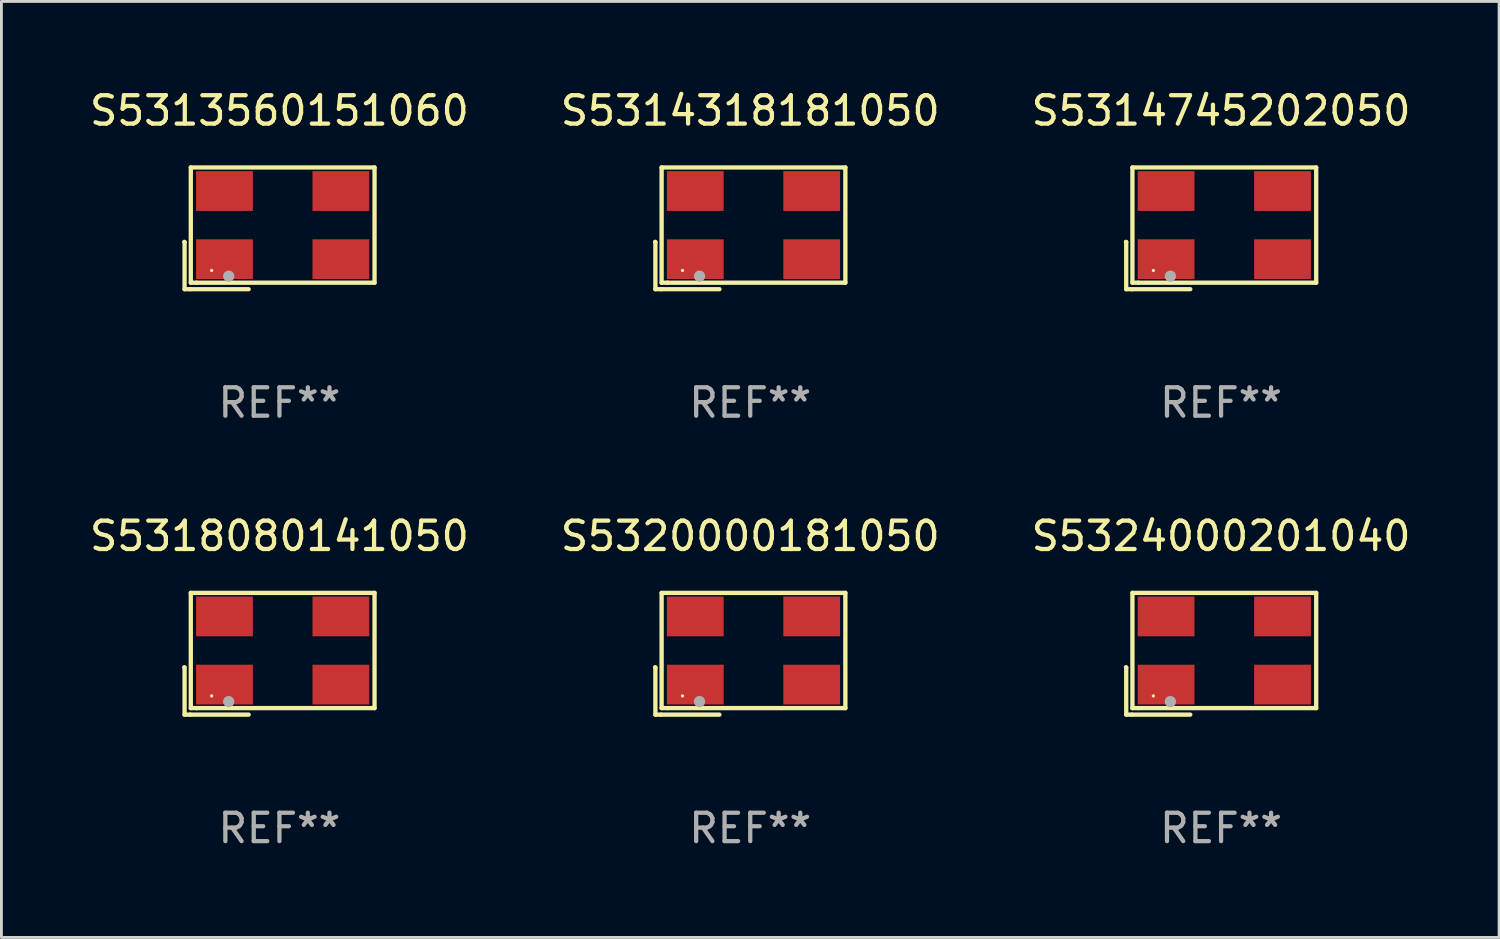
<source format=kicad_pcb>
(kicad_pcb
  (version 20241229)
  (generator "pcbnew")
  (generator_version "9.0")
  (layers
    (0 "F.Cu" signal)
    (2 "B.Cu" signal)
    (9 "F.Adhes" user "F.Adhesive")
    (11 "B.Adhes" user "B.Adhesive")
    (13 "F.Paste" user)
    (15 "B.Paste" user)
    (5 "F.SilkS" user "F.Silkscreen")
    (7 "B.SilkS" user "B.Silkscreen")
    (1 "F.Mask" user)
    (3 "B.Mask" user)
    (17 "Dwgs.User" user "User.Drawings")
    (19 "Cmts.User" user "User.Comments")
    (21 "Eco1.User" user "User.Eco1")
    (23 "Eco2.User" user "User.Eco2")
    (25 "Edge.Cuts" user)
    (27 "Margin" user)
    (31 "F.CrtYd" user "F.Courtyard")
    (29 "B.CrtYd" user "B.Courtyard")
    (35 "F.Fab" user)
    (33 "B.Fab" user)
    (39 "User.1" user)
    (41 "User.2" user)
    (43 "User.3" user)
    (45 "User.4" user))
  (footprint "S5313560151060"
    (layer "F.Cu")
    (at 6.792 4.992)
    (property "Reference" "S5313560151060" (at 0 -4.144 0) (layer "F.SilkS") (effects (font (size 1 1) (thickness 0.15))))
    (attr through_hole)
    (fp_line (start -3.35 0.476) (end -3.341 0.485) (stroke (width 0.152) (type solid)) (layer "F.SilkS"))
    (fp_line (start -3.341 0.485) (end -3.341 2.144) (stroke (width 0.152) (type solid)) (layer "F.SilkS"))
    (fp_line (start -3.341 2.144) (end -3.143 2.144) (stroke (width 0.152) (type solid)) (layer "F.SilkS"))
    (fp_line (start -3.143 2.144) (end -1.085 2.144) (stroke (width 0.152) (type solid)) (layer "F.SilkS"))
    (fp_line (start -3.122 -2.144) (end 3.35 -2.144) (stroke (width 0.152) (type solid)) (layer "F.SilkS"))
    (fp_line (start -3.122 1.915) (end -3.122 -2.144) (stroke (width 0.152) (type solid)) (layer "F.SilkS"))
    (fp_line (start -2.914 1.915) (end -3.122 1.915) (stroke (width 0.152) (type solid)) (layer "F.SilkS"))
    (fp_line (start 3.35 -2.144) (end 3.35 1.915) (stroke (width 0.152) (type solid)) (layer "F.SilkS"))
    (fp_line (start 3.35 1.915) (end -2.914 1.915) (stroke (width 0.152) (type solid)) (layer "F.SilkS"))
    (fp_circle (center -2.386 1.486) (end -2.356 1.486) (stroke (width 0.06) (type solid)) (fill no) (layer "F.SilkS"))
    (fp_circle (center -1.786 1.686) (end -1.686 1.686) (stroke (width 0.2) (type solid)) (fill no) (layer "F.Fab"))
    (fp_text user "REF**" (at 0 6.144 0) (layer "F.Fab") (effects (font (size 1 1) (thickness 0.15))))
    (pad "1" smd rect (at -1.936 1.086) (size 2 1.4) (layers "F.Cu" "F.Mask" "F.Paste"))
    (pad "2" smd rect (at 2.164 1.086) (size 2 1.4) (layers "F.Cu" "F.Mask" "F.Paste"))
    (pad "3" smd rect (at 2.164 -1.314) (size 2 1.4) (layers "F.Cu" "F.Mask" "F.Paste"))
    (pad "4" smd rect (at -1.936 -1.314) (size 2 1.4) (layers "F.Cu" "F.Mask" "F.Paste")))
  (footprint "S5314745202050"
    (layer "F.Cu")
    (at 39.958 4.992)
    (property "Reference" "S5314745202050" (at 0 -4.144 0) (layer "F.SilkS") (effects (font (size 1 1) (thickness 0.15))))
    (attr through_hole)
    (fp_line (start -3.35 0.476) (end -3.341 0.485) (stroke (width 0.152) (type solid)) (layer "F.SilkS"))
    (fp_line (start -3.341 0.485) (end -3.341 2.144) (stroke (width 0.152) (type solid)) (layer "F.SilkS"))
    (fp_line (start -3.341 2.144) (end -3.143 2.144) (stroke (width 0.152) (type solid)) (layer "F.SilkS"))
    (fp_line (start -3.143 2.144) (end -1.085 2.144) (stroke (width 0.152) (type solid)) (layer "F.SilkS"))
    (fp_line (start -3.122 -2.144) (end 3.35 -2.144) (stroke (width 0.152) (type solid)) (layer "F.SilkS"))
    (fp_line (start -3.122 1.915) (end -3.122 -2.144) (stroke (width 0.152) (type solid)) (layer "F.SilkS"))
    (fp_line (start -2.914 1.915) (end -3.122 1.915) (stroke (width 0.152) (type solid)) (layer "F.SilkS"))
    (fp_line (start 3.35 -2.144) (end 3.35 1.915) (stroke (width 0.152) (type solid)) (layer "F.SilkS"))
    (fp_line (start 3.35 1.915) (end -2.914 1.915) (stroke (width 0.152) (type solid)) (layer "F.SilkS"))
    (fp_circle (center -2.386 1.486) (end -2.356 1.486) (stroke (width 0.06) (type solid)) (fill no) (layer "F.SilkS"))
    (fp_circle (center -1.786 1.686) (end -1.686 1.686) (stroke (width 0.2) (type solid)) (fill no) (layer "F.Fab"))
    (fp_text user "REF**" (at 0 6.144 0) (layer "F.Fab") (effects (font (size 1 1) (thickness 0.15))))
    (pad "1" smd rect (at -1.936 1.086) (size 2 1.4) (layers "F.Cu" "F.Mask" "F.Paste"))
    (pad "2" smd rect (at 2.164 1.086) (size 2 1.4) (layers "F.Cu" "F.Mask" "F.Paste"))
    (pad "3" smd rect (at 2.164 -1.314) (size 2 1.4) (layers "F.Cu" "F.Mask" "F.Paste"))
    (pad "4" smd rect (at -1.936 -1.314) (size 2 1.4) (layers "F.Cu" "F.Mask" "F.Paste")))
  (footprint "S5320000181050"
    (layer "F.Cu")
    (at 23.375 19.976)
    (property "Reference" "S5320000181050" (at 0 -4.144 0) (layer "F.SilkS") (effects (font (size 1 1) (thickness 0.15))))
    (attr through_hole)
    (fp_line (start -3.35 0.476) (end -3.341 0.485) (stroke (width 0.152) (type solid)) (layer "F.SilkS"))
    (fp_line (start -3.341 0.485) (end -3.341 2.144) (stroke (width 0.152) (type solid)) (layer "F.SilkS"))
    (fp_line (start -3.341 2.144) (end -3.143 2.144) (stroke (width 0.152) (type solid)) (layer "F.SilkS"))
    (fp_line (start -3.143 2.144) (end -1.085 2.144) (stroke (width 0.152) (type solid)) (layer "F.SilkS"))
    (fp_line (start -3.122 -2.144) (end 3.35 -2.144) (stroke (width 0.152) (type solid)) (layer "F.SilkS"))
    (fp_line (start -3.122 1.915) (end -3.122 -2.144) (stroke (width 0.152) (type solid)) (layer "F.SilkS"))
    (fp_line (start -2.914 1.915) (end -3.122 1.915) (stroke (width 0.152) (type solid)) (layer "F.SilkS"))
    (fp_line (start 3.35 -2.144) (end 3.35 1.915) (stroke (width 0.152) (type solid)) (layer "F.SilkS"))
    (fp_line (start 3.35 1.915) (end -2.914 1.915) (stroke (width 0.152) (type solid)) (layer "F.SilkS"))
    (fp_circle (center -2.386 1.486) (end -2.356 1.486) (stroke (width 0.06) (type solid)) (fill no) (layer "F.SilkS"))
    (fp_circle (center -1.786 1.686) (end -1.686 1.686) (stroke (width 0.2) (type solid)) (fill no) (layer "F.Fab"))
    (fp_text user "REF**" (at 0 6.144 0) (layer "F.Fab") (effects (font (size 1 1) (thickness 0.15))))
    (pad "1" smd rect (at -1.936 1.086) (size 2 1.4) (layers "F.Cu" "F.Mask" "F.Paste"))
    (pad "2" smd rect (at 2.164 1.086) (size 2 1.4) (layers "F.Cu" "F.Mask" "F.Paste"))
    (pad "3" smd rect (at 2.164 -1.314) (size 2 1.4) (layers "F.Cu" "F.Mask" "F.Paste"))
    (pad "4" smd rect (at -1.936 -1.314) (size 2 1.4) (layers "F.Cu" "F.Mask" "F.Paste")))
  (footprint "S5318080141050"
    (layer "F.Cu")
    (at 6.792 19.976)
    (property "Reference" "S5318080141050" (at 0 -4.144 0) (layer "F.SilkS") (effects (font (size 1 1) (thickness 0.15))))
    (attr through_hole)
    (fp_line (start -3.35 0.476) (end -3.341 0.485) (stroke (width 0.152) (type solid)) (layer "F.SilkS"))
    (fp_line (start -3.341 0.485) (end -3.341 2.144) (stroke (width 0.152) (type solid)) (layer "F.SilkS"))
    (fp_line (start -3.341 2.144) (end -3.143 2.144) (stroke (width 0.152) (type solid)) (layer "F.SilkS"))
    (fp_line (start -3.143 2.144) (end -1.085 2.144) (stroke (width 0.152) (type solid)) (layer "F.SilkS"))
    (fp_line (start -3.122 -2.144) (end 3.35 -2.144) (stroke (width 0.152) (type solid)) (layer "F.SilkS"))
    (fp_line (start -3.122 1.915) (end -3.122 -2.144) (stroke (width 0.152) (type solid)) (layer "F.SilkS"))
    (fp_line (start -2.914 1.915) (end -3.122 1.915) (stroke (width 0.152) (type solid)) (layer "F.SilkS"))
    (fp_line (start 3.35 -2.144) (end 3.35 1.915) (stroke (width 0.152) (type solid)) (layer "F.SilkS"))
    (fp_line (start 3.35 1.915) (end -2.914 1.915) (stroke (width 0.152) (type solid)) (layer "F.SilkS"))
    (fp_circle (center -2.386 1.486) (end -2.356 1.486) (stroke (width 0.06) (type solid)) (fill no) (layer "F.SilkS"))
    (fp_circle (center -1.786 1.686) (end -1.686 1.686) (stroke (width 0.2) (type solid)) (fill no) (layer "F.Fab"))
    (fp_text user "REF**" (at 0 6.144 0) (layer "F.Fab") (effects (font (size 1 1) (thickness 0.15))))
    (pad "1" smd rect (at -1.936 1.086) (size 2 1.4) (layers "F.Cu" "F.Mask" "F.Paste"))
    (pad "2" smd rect (at 2.164 1.086) (size 2 1.4) (layers "F.Cu" "F.Mask" "F.Paste"))
    (pad "3" smd rect (at 2.164 -1.314) (size 2 1.4) (layers "F.Cu" "F.Mask" "F.Paste"))
    (pad "4" smd rect (at -1.936 -1.314) (size 2 1.4) (layers "F.Cu" "F.Mask" "F.Paste")))
  (footprint "S5324000201040"
    (layer "F.Cu")
    (at 39.958 19.976)
    (property "Reference" "S5324000201040" (at 0 -4.144 0) (layer "F.SilkS") (effects (font (size 1 1) (thickness 0.15))))
    (attr through_hole)
    (fp_line (start -3.35 0.476) (end -3.341 0.485) (stroke (width 0.152) (type solid)) (layer "F.SilkS"))
    (fp_line (start -3.341 0.485) (end -3.341 2.144) (stroke (width 0.152) (type solid)) (layer "F.SilkS"))
    (fp_line (start -3.341 2.144) (end -3.143 2.144) (stroke (width 0.152) (type solid)) (layer "F.SilkS"))
    (fp_line (start -3.143 2.144) (end -1.085 2.144) (stroke (width 0.152) (type solid)) (layer "F.SilkS"))
    (fp_line (start -3.122 -2.144) (end 3.35 -2.144) (stroke (width 0.152) (type solid)) (layer "F.SilkS"))
    (fp_line (start -3.122 1.915) (end -3.122 -2.144) (stroke (width 0.152) (type solid)) (layer "F.SilkS"))
    (fp_line (start -2.914 1.915) (end -3.122 1.915) (stroke (width 0.152) (type solid)) (layer "F.SilkS"))
    (fp_line (start 3.35 -2.144) (end 3.35 1.915) (stroke (width 0.152) (type solid)) (layer "F.SilkS"))
    (fp_line (start 3.35 1.915) (end -2.914 1.915) (stroke (width 0.152) (type solid)) (layer "F.SilkS"))
    (fp_circle (center -2.386 1.486) (end -2.356 1.486) (stroke (width 0.06) (type solid)) (fill no) (layer "F.SilkS"))
    (fp_circle (center -1.786 1.686) (end -1.686 1.686) (stroke (width 0.2) (type solid)) (fill no) (layer "F.Fab"))
    (fp_text user "REF**" (at 0 6.144 0) (layer "F.Fab") (effects (font (size 1 1) (thickness 0.15))))
    (pad "1" smd rect (at -1.936 1.086) (size 2 1.4) (layers "F.Cu" "F.Mask" "F.Paste"))
    (pad "2" smd rect (at 2.164 1.086) (size 2 1.4) (layers "F.Cu" "F.Mask" "F.Paste"))
    (pad "3" smd rect (at 2.164 -1.314) (size 2 1.4) (layers "F.Cu" "F.Mask" "F.Paste"))
    (pad "4" smd rect (at -1.936 -1.314) (size 2 1.4) (layers "F.Cu" "F.Mask" "F.Paste")))
  (footprint "S5314318181050"
    (layer "F.Cu")
    (at 23.375 4.992)
    (property "Reference" "S5314318181050" (at 0 -4.144 0) (layer "F.SilkS") (effects (font (size 1 1) (thickness 0.15))))
    (attr through_hole)
    (fp_line (start -3.35 0.476) (end -3.341 0.485) (stroke (width 0.152) (type solid)) (layer "F.SilkS"))
    (fp_line (start -3.341 0.485) (end -3.341 2.144) (stroke (width 0.152) (type solid)) (layer "F.SilkS"))
    (fp_line (start -3.341 2.144) (end -3.143 2.144) (stroke (width 0.152) (type solid)) (layer "F.SilkS"))
    (fp_line (start -3.143 2.144) (end -1.085 2.144) (stroke (width 0.152) (type solid)) (layer "F.SilkS"))
    (fp_line (start -3.122 -2.144) (end 3.35 -2.144) (stroke (width 0.152) (type solid)) (layer "F.SilkS"))
    (fp_line (start -3.122 1.915) (end -3.122 -2.144) (stroke (width 0.152) (type solid)) (layer "F.SilkS"))
    (fp_line (start -2.914 1.915) (end -3.122 1.915) (stroke (width 0.152) (type solid)) (layer "F.SilkS"))
    (fp_line (start 3.35 -2.144) (end 3.35 1.915) (stroke (width 0.152) (type solid)) (layer "F.SilkS"))
    (fp_line (start 3.35 1.915) (end -2.914 1.915) (stroke (width 0.152) (type solid)) (layer "F.SilkS"))
    (fp_circle (center -2.386 1.486) (end -2.356 1.486) (stroke (width 0.06) (type solid)) (fill no) (layer "F.SilkS"))
    (fp_circle (center -1.786 1.686) (end -1.686 1.686) (stroke (width 0.2) (type solid)) (fill no) (layer "F.Fab"))
    (fp_text user "REF**" (at 0 6.144 0) (layer "F.Fab") (effects (font (size 1 1) (thickness 0.15))))
    (pad "1" smd rect (at -1.936 1.086) (size 2 1.4) (layers "F.Cu" "F.Mask" "F.Paste"))
    (pad "2" smd rect (at 2.164 1.086) (size 2 1.4) (layers "F.Cu" "F.Mask" "F.Paste"))
    (pad "3" smd rect (at 2.164 -1.314) (size 2 1.4) (layers "F.Cu" "F.Mask" "F.Paste"))
    (pad "4" smd rect (at -1.936 -1.314) (size 2 1.4) (layers "F.Cu" "F.Mask" "F.Paste")))
  (gr_rect
    (start -3 -3)
    (end 49.75 29.968)
    (stroke (width 0.1) (type default))
    (fill no)
    (layer "Edge.Cuts")))
</source>
